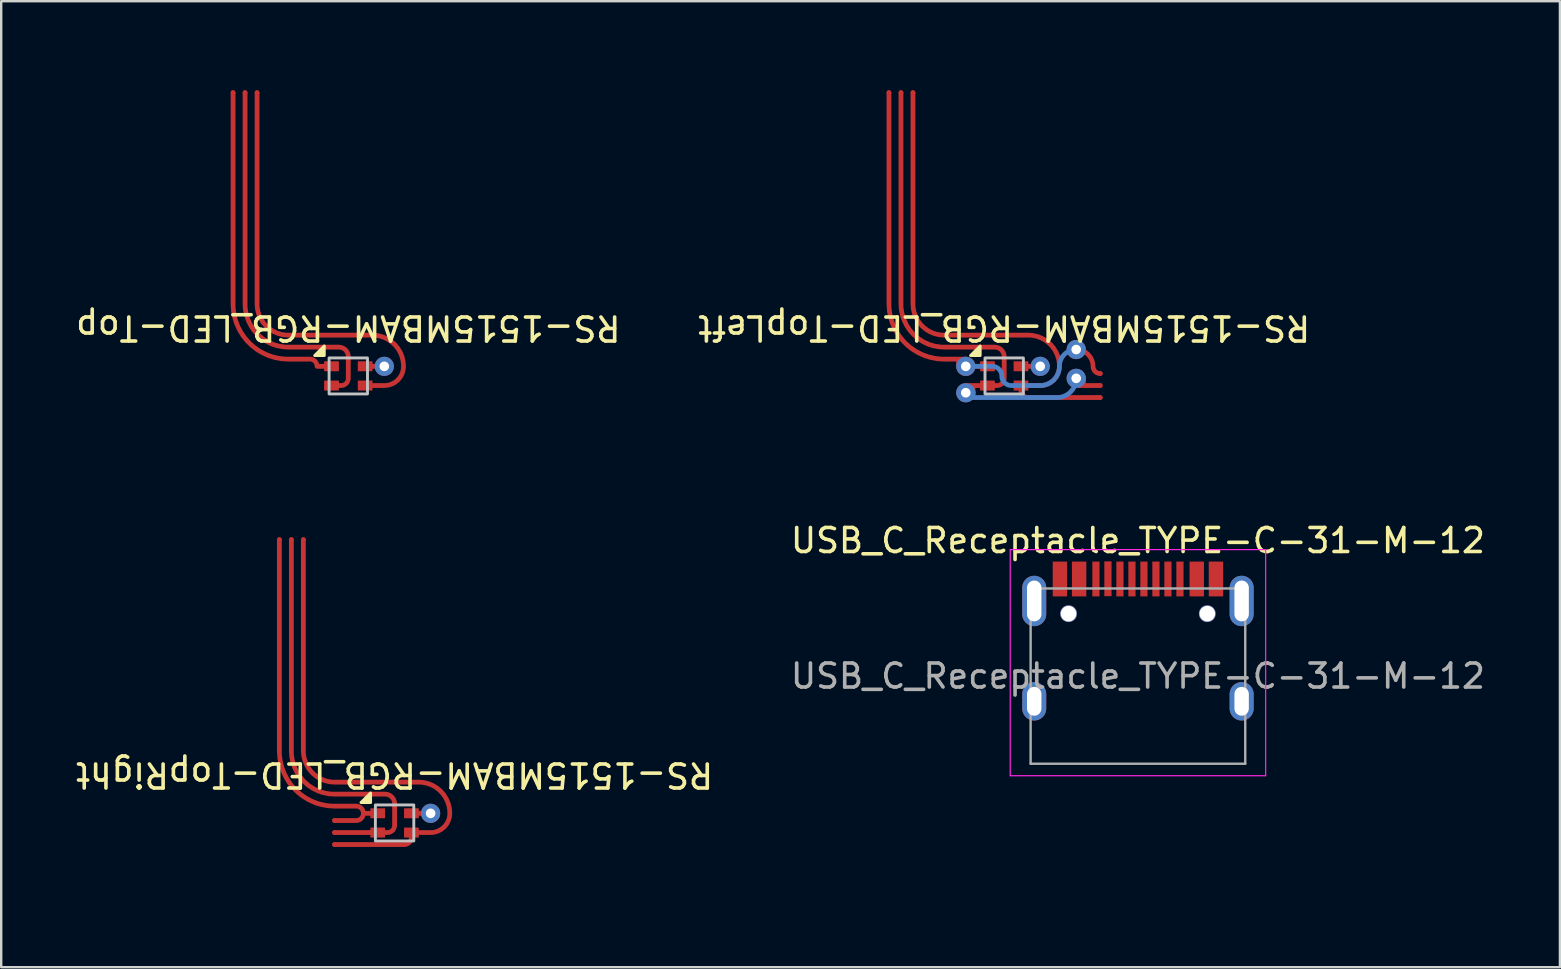
<source format=kicad_pcb>
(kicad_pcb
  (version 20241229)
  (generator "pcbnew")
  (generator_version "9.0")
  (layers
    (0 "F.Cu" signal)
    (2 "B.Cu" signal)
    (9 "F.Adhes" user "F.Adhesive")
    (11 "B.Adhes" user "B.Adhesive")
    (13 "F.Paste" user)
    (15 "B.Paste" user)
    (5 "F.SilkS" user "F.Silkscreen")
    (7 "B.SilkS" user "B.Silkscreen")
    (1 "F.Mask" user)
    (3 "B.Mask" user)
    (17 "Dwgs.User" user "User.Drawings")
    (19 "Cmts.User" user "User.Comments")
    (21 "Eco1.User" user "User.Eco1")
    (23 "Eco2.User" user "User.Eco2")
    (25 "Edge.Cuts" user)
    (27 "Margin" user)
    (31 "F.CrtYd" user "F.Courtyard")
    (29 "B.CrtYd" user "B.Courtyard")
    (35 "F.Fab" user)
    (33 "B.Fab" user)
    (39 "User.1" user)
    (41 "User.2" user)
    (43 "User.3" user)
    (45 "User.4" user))
  (footprint "RS-1515MBAM-RGB_LED-TopLeft"
    (layer "F.Cu")
    (at 38.78 12.61)
    (property "Reference" "RS-1515MBAM-RGB_LED-TopLeft" (at 0 -2 180) (unlocked yes) (layer "F.SilkS") (effects (font (size 1 1) (thickness 0.15))))
    (attr smd)
    (fp_poly (pts (xy -1 -0.85) (xy -1.4 -0.85) (xy -1 -1.25)) (stroke (width 0.12) (type solid)) (fill yes) (layer "F.SilkS"))
    (fp_rect (start -0.8 -0.75) (end 0.8 0.75) (stroke (width 0.12) (type solid)) (fill no) (layer "Dwgs.User"))
    (fp_line (start -2 -12.55) (end 2 -12.55) (stroke (width 0.12) (type solid)) (layer "User.4"))
    (fp_line (start -2 -11.05) (end 2 -11.05) (stroke (width 0.12) (type solid)) (layer "User.4"))
    (fp_line (start -2 1.45) (end 2 1.45) (stroke (width 0.12) (type solid)) (layer "User.4"))
    (fp_line (start -2 2.95) (end 2 2.95) (stroke (width 0.12) (type solid)) (layer "User.4"))
    (fp_arc (start -2 -11.05) (mid -2.75 -11.8) (end -2 -12.55) (stroke (width 0.12) (type solid)) (layer "User.4"))
    (fp_arc (start -2 2.95) (mid -2.75 2.2) (end -2 1.45) (stroke (width 0.12) (type solid)) (layer "User.4"))
    (fp_arc (start 2 -12.55) (mid 2.75 -11.8) (end 2 -11.05) (stroke (width 0.12) (type solid)) (layer "User.4"))
    (fp_arc (start 2 1.45) (mid 2.75 2.2) (end 2 2.95) (stroke (width 0.12) (type solid)) (layer "User.4"))
    (fp_circle (center 0 -4.8) (end 1.65 -4.8) (stroke (width 0.12) (type solid)) (fill no) (layer "User.4"))
    (pad "1" smd circle (at -4.8 -11.8) (size 0.2 0.2) (layers "F.Cu"))
    (pad "1" thru_hole circle (at -1.6 -0.4) (size 0.8 0.8) (drill 0.4) (layers "*.Cu"))
    (pad "1" smd custom (at -1.1 -0.4) (size 0.2 0.2) (layers "B.Cu") (options (anchor circle)) (primitives (gr_line (start 0.6 0) (end -0.5 0) (width 0.2)) (gr_arc (start 0.6 0) (mid 0.882842 0.117156) (end 1 0.399998) (width 0.2)) (gr_arc (start 1.4 0.8) (mid 1.117158 0.682844) (end 1 0.400002) (width 0.2)) (gr_line (start 1.4 0.8) (end 2.6 0.8) (width 0.2)) (gr_arc (start 3.4 0) (mid 3.166178 0.565192) (end 2.601394 0.799999) (width 0.2)) (gr_arc (start 3.4 0) (mid 3.605024 -0.494974) (end 4.099998 -0.7) (width 0.2))))
    (pad "1" smd rect (at -0.7 -0.4) (size 0.6 0.4) (layers "F.Cu" "F.Mask" "F.Paste"))
    (pad "1" smd custom (at -0.7 -0.4) (size 0.6 0.4) (layers "F.Cu") (options (anchor rect)) (primitives (gr_line (start 0 0) (end -0.6 0) (width 0.2)) (gr_arc (start -0.9 -0.3) (mid -0.6 0) (end -0.9 0.3) (width 0.2)) (gr_line (start -0.9 -0.3) (end -1.8 -0.3) (width 0.2)) (gr_arc (start -1.8 -0.3) (mid -3.423504 -0.970818) (end -4.099985 -2.591971) (width 0.2)) (gr_line (start -4.1 -2.6) (end -4.1 -11.4) (width 0.2)) (gr_line (start -1.2 0) (end -1.2 -0.3) (width 0.2))))
    (pad "1" thru_hole circle (at 3 -1.1) (size 0.8 0.8) (drill 0.4) (layers "*.Cu"))
    (pad "1" smd circle (at 4 -0.1) (size 0.2 0.2) (layers "F.Cu"))
    (pad "1" smd custom (at 4 -0.1) (size 0.2 0.2) (layers "F.Cu") (options (anchor circle)) (primitives (gr_arc (start 0 0) (mid -0.212132 -0.087868) (end -0.3 -0.3) (width 0.2)) (gr_arc (start -1 -1) (mid -0.505026 -0.794976) (end -0.3 -0.300002) (width 0.2))))
    (pad "2" smd rect (at 0.7 -0.4) (size 0.6 0.4) (layers "F.Cu" "F.Mask" "F.Paste"))
    (pad "2" smd custom (at 0.7 -0.4) (size 0.6 0.4) (layers "F.Cu") (options (anchor rect)) (primitives (gr_line (start 0 0) (end 0.8 0) (width 0.2))))
    (pad "2" thru_hole circle (at 1.5 -0.4) (size 0.8 0.8) (drill 0.4) (layers "*.Cu"))
    (pad "3" smd circle (at -3.8 -11.8) (size 0.2 0.2) (layers "F.Cu"))
    (pad "3" smd rect (at 0.7 0.4) (size 0.6 0.4) (layers "F.Cu" "F.Mask" "F.Paste"))
    (pad "3" smd custom (at 0.7 0.4) (size 0.6 0.4) (layers "F.Cu") (options (anchor rect)) (primitives (gr_arc (start 0.3 0.5) (mid 0.087868 0.412132) (end 0 0.2) (width 0.2)) (gr_line (start 3.3 0.5) (end 0.3 0.5) (width 0.2)) (gr_line (start 0 0.2) (end 0 0) (width 0.2)) (gr_line (start 0.8 0) (end 0 0) (width 0.2)) (gr_arc (start 1.6 -0.8) (mid 1.366178 -0.234808) (end 0.801394 -0.000001) (width 0.2)) (gr_arc (start 0.3 -2.1) (mid 1.219238 -1.71924) (end 1.6 -0.800002) (width 0.2)) (gr_line (start -3.2 -2.1) (end 0.3 -2.1) (width 0.2)) (gr_arc (start -3.2 -2.1) (mid -4.116828 -2.478356) (end -4.499982 -3.393189) (width 0.2)) (gr_line (start -4.5 -3.4) (end -4.5 -12.2) (width 0.2))))
    (pad "3" smd circle (at 4 0.9) (size 0.2 0.2) (layers "F.Cu"))
    (pad "4" smd circle (at -4.3 -11.8) (size 0.2 0.2) (layers "F.Cu"))
    (pad "4" thru_hole circle (at -1.6 0.7) (size 0.8 0.8) (drill 0.4) (layers "*.Cu"))
    (pad "4" smd custom (at -1.1 0.9) (size 0.2 0.2) (layers "B.Cu") (options (anchor circle)) (primitives (gr_line (start -0.5 0) (end 3.3 0) (width 0.2)) (gr_line (start -0.2 0) (end -0.2 -0.2) (width 0.2)) (gr_arc (start 4.1 -0.8) (mid 3.866178 -0.234808) (end 3.301394 -0.000001) (width 0.2))))
    (pad "4" smd rect (at -0.7 0.4) (size 0.6 0.4) (layers "F.Cu" "F.Mask" "F.Paste"))
    (pad "4" smd custom (at -0.7 0.4) (size 0.6 0.4) (layers "F.Cu") (options (anchor rect)) (primitives (gr_line (start 0 0) (end 0.4 0) (width 0.2)) (gr_arc (start 0.7 -0.3) (mid 0.612132 -0.087868) (end 0.4 0) (width 0.2)) (gr_line (start 0.7 -0.3) (end 0.7 -1.2) (width 0.2)) (gr_arc (start 0.3 -1.6) (mid 0.582842 -1.482844) (end 0.7 -1.200002) (width 0.2)) (gr_line (start 0.3 -1.6) (end -1.8 -1.6) (width 0.2)) (gr_arc (start -1.8 -1.6) (mid -3.070568 -2.124988) (end -3.599988 -3.393716) (width 0.2)) (gr_line (start -3.6 -3.4) (end -3.6 -12.2) (width 0.2)) (gr_line (start 0 0) (end -0.9 0) (width 0.2)) (gr_line (start -0.6 0.3) (end -0.6 0) (width 0.2))))
    (pad "4" thru_hole circle (at 3 0.1) (size 0.8 0.8) (drill 0.4) (layers "*.Cu"))
    (pad "4" smd circle (at 4 0.4) (size 0.2 0.2) (layers "F.Cu"))
    (pad "4" smd custom (at 4 0.4) (size 0.2 0.2) (layers "F.Cu") (options (anchor circle)) (primitives (gr_line (start 0 0) (end -1 0) (width 0.2)) (gr_line (start -0.7 0) (end -0.7 -0.3) (width 0.2)))))
  (footprint "RS-1515MBAM-RGB_LED-Top"
    (layer "F.Cu")
    (at 11.458 12.61)
    (property "Reference" "RS-1515MBAM-RGB_LED-Top" (at 0 -2 180) (unlocked yes) (layer "F.SilkS") (effects (font (size 1 1) (thickness 0.15))))
    (attr smd)
    (fp_poly (pts (xy -1 -0.85) (xy -1.4 -0.85) (xy -1 -1.25)) (stroke (width 0.12) (type solid)) (fill yes) (layer "F.SilkS"))
    (fp_rect (start -0.8 -0.75) (end 0.8 0.75) (stroke (width 0.12) (type solid)) (fill no) (layer "Dwgs.User"))
    (fp_line (start -2 -12.55) (end 2 -12.55) (stroke (width 0.12) (type solid)) (layer "User.4"))
    (fp_line (start -2 -11.05) (end 2 -11.05) (stroke (width 0.12) (type solid)) (layer "User.4"))
    (fp_line (start -2 1.45) (end 2 1.45) (stroke (width 0.12) (type solid)) (layer "User.4"))
    (fp_line (start -2 2.95) (end 2 2.95) (stroke (width 0.12) (type solid)) (layer "User.4"))
    (fp_arc (start -2 -11.05) (mid -2.75 -11.8) (end -2 -12.55) (stroke (width 0.12) (type solid)) (layer "User.4"))
    (fp_arc (start -2 2.95) (mid -2.75 2.2) (end -2 1.45) (stroke (width 0.12) (type solid)) (layer "User.4"))
    (fp_arc (start 2 -12.55) (mid 2.75 -11.8) (end 2 -11.05) (stroke (width 0.12) (type solid)) (layer "User.4"))
    (fp_arc (start 2 1.45) (mid 2.75 2.2) (end 2 2.95) (stroke (width 0.12) (type solid)) (layer "User.4"))
    (fp_circle (center 0 -4.8) (end 1.65 -4.8) (stroke (width 0.12) (type solid)) (fill no) (layer "User.4"))
    (pad "1" smd circle (at -4.8 -11.8) (size 0.2 0.2) (layers "F.Cu"))
    (pad "1" smd rect (at -0.7 -0.4) (size 0.6 0.4) (layers "F.Cu" "F.Mask" "F.Paste"))
    (pad "1" smd custom (at -0.7 -0.4) (size 0.6 0.4) (layers "F.Cu") (options (anchor rect)) (primitives (gr_line (start 0 0) (end -0.6 0) (width 0.2)) (gr_arc (start -0.9 -0.3) (mid -0.687868 -0.212132) (end -0.6 0) (width 0.2)) (gr_line (start -0.9 -0.3) (end -1.8 -0.3) (width 0.2)) (gr_arc (start -1.8 -0.3) (mid -3.424925 -0.972235) (end -4.099996 -2.595984) (width 0.2)) (gr_line (start -4.1 -2.6) (end -4.1 -11.4) (width 0.2))))
    (pad "2" smd rect (at 0.7 -0.4) (size 0.6 0.4) (layers "F.Cu" "F.Mask" "F.Paste"))
    (pad "2" smd custom (at 0.7 -0.4) (size 0.6 0.4) (layers "F.Cu") (options (anchor rect)) (primitives (gr_line (start 0 0) (end 0.8 0) (width 0.2))))
    (pad "2" thru_hole circle (at 1.5 -0.4) (size 0.8 0.8) (drill 0.4) (layers "*.Cu"))
    (pad "3" smd circle (at -3.8 -11.8) (size 0.2 0.2) (layers "F.Cu"))
    (pad "3" smd rect (at 0.7 0.4) (size 0.6 0.4) (layers "F.Cu" "F.Mask" "F.Paste"))
    (pad "3" smd custom (at 0.7 0.4) (size 0.6 0.4) (layers "F.Cu") (options (anchor rect)) (primitives (gr_line (start 0.8 0) (end 0 0) (width 0.2)) (gr_arc (start 1.6 -0.8) (mid 1.366178 -0.234808) (end 0.801394 -0.000001) (width 0.2)) (gr_arc (start 0.3 -2.1) (mid 1.219238 -1.71924) (end 1.6 -0.800002) (width 0.2)) (gr_line (start -3.2 -2.1) (end 0.3 -2.1) (width 0.2)) (gr_arc (start -3.2 -2.1) (mid -4.118436 -2.479958) (end -4.499998 -3.397729) (width 0.2)) (gr_line (start -4.5 -3.4) (end -4.5 -12.2) (width 0.2))))
    (pad "4" smd circle (at -4.3 -11.8) (size 0.2 0.2) (layers "F.Cu"))
    (pad "4" smd rect (at -0.7 0.4) (size 0.6 0.4) (layers "F.Cu" "F.Mask" "F.Paste"))
    (pad "4" smd custom (at -0.7 0.4) (size 0.6 0.4) (layers "F.Cu") (options (anchor rect)) (primitives (gr_line (start 0 0) (end 0.4 0) (width 0.2)) (gr_arc (start 0.7 -0.3) (mid 0.612132 -0.087868) (end 0.4 0) (width 0.2)) (gr_line (start 0.7 -0.3) (end 0.7 -1.2) (width 0.2)) (gr_arc (start 0.3 -1.6) (mid 0.582842 -1.482844) (end 0.7 -1.200002) (width 0.2)) (gr_line (start 0.3 -1.6) (end -1.8 -1.6) (width 0.2)) (gr_arc (start -1.8 -1.6) (mid -3.071681 -2.126098) (end -3.599996 -3.396859) (width 0.2)) (gr_line (start -3.6 -3.4) (end -3.6 -12.2) (width 0.2)))))
  (footprint "RS-1515MBAM-RGB_LED-TopRight"
    (layer "F.Cu")
    (at 13.387 31.23)
    (property "Reference" "RS-1515MBAM-RGB_LED-TopRight" (at 0 -2 180) (unlocked yes) (layer "F.SilkS") (effects (font (size 1 1) (thickness 0.15))))
    (attr smd)
    (fp_poly (pts (xy -1 -0.85) (xy -1.4 -0.85) (xy -1 -1.25)) (stroke (width 0.12) (type solid)) (fill yes) (layer "F.SilkS"))
    (fp_rect (start -0.8 -0.75) (end 0.8 0.75) (stroke (width 0.12) (type solid)) (fill no) (layer "Dwgs.User"))
    (fp_line (start -2 -12.55) (end 2 -12.55) (stroke (width 0.12) (type solid)) (layer "User.4"))
    (fp_line (start -2 -11.05) (end 2 -11.05) (stroke (width 0.12) (type solid)) (layer "User.4"))
    (fp_line (start -2 1.45) (end 2 1.45) (stroke (width 0.12) (type solid)) (layer "User.4"))
    (fp_line (start -2 2.95) (end 2 2.95) (stroke (width 0.12) (type solid)) (layer "User.4"))
    (fp_arc (start -2 -11.05) (mid -2.75 -11.8) (end -2 -12.55) (stroke (width 0.12) (type solid)) (layer "User.4"))
    (fp_arc (start -2 2.95) (mid -2.75 2.2) (end -2 1.45) (stroke (width 0.12) (type solid)) (layer "User.4"))
    (fp_arc (start 2 -12.55) (mid 2.75 -11.8) (end 2 -11.05) (stroke (width 0.12) (type solid)) (layer "User.4"))
    (fp_arc (start 2 1.45) (mid 2.75 2.2) (end 2 2.95) (stroke (width 0.12) (type solid)) (layer "User.4"))
    (fp_circle (center 0 -4.8) (end 1.65 -4.8) (stroke (width 0.12) (type solid)) (fill no) (layer "User.4"))
    (pad "1" smd circle (at -4.8 -11.8) (size 0.2 0.2) (layers "F.Cu"))
    (pad "1" smd circle (at -2.5 -0.1) (size 0.2 0.2) (layers "F.Cu"))
    (pad "1" smd rect (at -0.7 -0.4) (size 0.6 0.4) (layers "F.Cu" "F.Mask" "F.Paste"))
    (pad "1" smd custom (at -0.7 -0.4) (size 0.6 0.4) (layers "F.Cu") (options (anchor rect)) (primitives (gr_line (start 0 0) (end -0.6 0) (width 0.2)) (gr_arc (start -0.9 -0.3) (mid -0.6 0) (end -0.9 0.3) (width 0.2)) (gr_line (start -0.9 0.3) (end -1.8 0.3) (width 0.2)) (gr_line (start -0.9 -0.3) (end -1.8 -0.3) (width 0.2)) (gr_arc (start -1.8 -0.3) (mid -3.424925 -0.972235) (end -4.099996 -2.595984) (width 0.2)) (gr_line (start -4.1 -2.6) (end -4.1 -11.4) (width 0.2))))
    (pad "2" smd rect (at 0.7 -0.4) (size 0.6 0.4) (layers "F.Cu" "F.Mask" "F.Paste"))
    (pad "2" smd custom (at 0.7 -0.4) (size 0.6 0.4) (layers "F.Cu") (options (anchor rect)) (primitives (gr_line (start 0 0) (end 0.8 0) (width 0.2))))
    (pad "2" thru_hole circle (at 1.5 -0.4) (size 0.8 0.8) (drill 0.4) (layers "*.Cu"))
    (pad "3" smd circle (at -3.8 -11.8) (size 0.2 0.2) (layers "F.Cu"))
    (pad "3" smd circle (at -2.5 0.9) (size 0.2 0.2) (layers "F.Cu"))
    (pad "3" smd rect (at 0.7 0.4) (size 0.6 0.4) (layers "F.Cu" "F.Mask" "F.Paste"))
    (pad "3" smd custom (at 0.7 0.4) (size 0.6 0.4) (layers "F.Cu") (options (anchor rect)) (primitives (gr_line (start 0.8 0) (end 0 0) (width 0.2)) (gr_arc (start 1.6 -0.8) (mid 1.366178 -0.234808) (end 0.801394 -0.000001) (width 0.2)) (gr_arc (start 0.3 -2.1) (mid 1.219238 -1.71924) (end 1.6 -0.800002) (width 0.2)) (gr_line (start -3.2 -2.1) (end 0.3 -2.1) (width 0.2)) (gr_arc (start -3.2 -2.1) (mid -4.118436 -2.479958) (end -4.499998 -3.397729) (width 0.2)) (gr_line (start -4.5 -3.4) (end -4.5 -12.2) (width 0.2)) (gr_line (start 0 0.2) (end 0 0) (width 0.2)) (gr_arc (start 0 0.2) (mid -0.087868 0.412132) (end -0.3 0.5) (width 0.2)) (gr_line (start -0.3 0.5) (end -3.2 0.5) (width 0.2))))
    (pad "4" smd circle (at -4.3 -11.8) (size 0.2 0.2) (layers "F.Cu"))
    (pad "4" smd circle (at -2.5 0.4) (size 0.2 0.2) (layers "F.Cu"))
    (pad "4" smd rect (at -0.7 0.4) (size 0.6 0.4) (layers "F.Cu" "F.Mask" "F.Paste"))
    (pad "4" smd custom (at -0.7 0.4) (size 0.6 0.4) (layers "F.Cu") (options (anchor rect)) (primitives (gr_line (start 0 0) (end 0.4 0) (width 0.2)) (gr_arc (start 0.7 -0.3) (mid 0.612132 -0.087868) (end 0.4 0) (width 0.2)) (gr_line (start 0.7 -0.3) (end 0.7 -1.2) (width 0.2)) (gr_arc (start 0.3 -1.6) (mid 0.582842 -1.482844) (end 0.7 -1.200002) (width 0.2)) (gr_line (start 0.3 -1.6) (end -1.8 -1.6) (width 0.2)) (gr_arc (start -1.8 -1.6) (mid -3.071681 -2.126098) (end -3.599996 -3.396859) (width 0.2)) (gr_line (start -3.6 -3.4) (end -3.6 -12.2) (width 0.2)) (gr_line (start 0 0) (end -1.8 0) (width 0.2)))))
  (footprint "USB_C_Receptacle_TYPE-C-31-M-12"
    (layer "F.Cu")
    (at 44.351 25.113)
    (property "Reference" "USB_C_Receptacle_TYPE-C-31-M-12" (at 0 -5.645 0) (layer "F.SilkS") (effects (font (size 1 1) (thickness 0.15))))
    (attr smd)
    (fp_line (start -5.32 -5.27) (end -5.32 4.15) (stroke (width 0.05) (type solid)) (layer "F.CrtYd"))
    (fp_line (start -5.32 -5.27) (end 5.32 -5.27) (stroke (width 0.05) (type solid)) (layer "F.CrtYd"))
    (fp_line (start -5.32 4.15) (end 5.32 4.15) (stroke (width 0.05) (type solid)) (layer "F.CrtYd"))
    (fp_line (start 5.32 -5.27) (end 5.32 4.15) (stroke (width 0.05) (type solid)) (layer "F.CrtYd"))
    (fp_line (start -4.47 -3.65) (end -4.47 3.65) (stroke (width 0.1) (type solid)) (layer "F.Fab"))
    (fp_line (start -4.47 -3.65) (end 4.47 -3.65) (stroke (width 0.1) (type solid)) (layer "F.Fab"))
    (fp_line (start -4.47 3.65) (end 4.47 3.65) (stroke (width 0.1) (type solid)) (layer "F.Fab"))
    (fp_line (start 4.47 -3.65) (end 4.47 3.65) (stroke (width 0.1) (type solid)) (layer "F.Fab"))
    (fp_text user "${REFERENCE}" (at 0 0 0) (layer "F.Fab") (effects (font (size 1 1) (thickness 0.15))))
    (pad "" thru_hole oval (at -4.32 1.05) (size 1 1.6) (drill oval 0.6 1.2) (layers "*.Cu" "*.Mask"))
    (pad "" thru_hole oval (at 4.32 -3.13) (size 1 2.1) (drill oval 0.6 1.7) (layers "*.Cu" "*.Mask"))
    (pad "" thru_hole oval (at 4.32 1.05) (size 1 1.6) (drill oval 0.6 1.2) (layers "*.Cu" "*.Mask"))
    (pad "A1" smd rect (at -3.25 -4.045) (size 0.6 1.45) (layers "F.Cu" "F.Mask" "F.Paste"))
    (pad "A1" thru_hole circle (at -2.89 -2.6) (size 0.7 0.7) (drill 0.65) (layers "*.Cu" "*.Mask"))
    (pad "A4" smd rect (at -2.45 -4.045) (size 0.6 1.45) (layers "F.Cu" "F.Mask" "F.Paste"))
    (pad "A5" smd rect (at -1.25 -4.055) (size 0.3 1.45) (layers "F.Cu" "F.Mask" "F.Paste"))
    (pad "A6" smd rect (at -0.25 -4.045) (size 0.3 1.45) (layers "F.Cu" "F.Mask" "F.Paste"))
    (pad "A7" smd rect (at 0.25 -4.045) (size 0.3 1.45) (layers "F.Cu" "F.Mask" "F.Paste"))
    (pad "A8" smd rect (at 1.25 -4.045) (size 0.3 1.45) (layers "F.Cu" "F.Mask" "F.Paste"))
    (pad "B1" thru_hole circle (at 2.89 -2.6) (size 0.7 0.7) (drill 0.65) (layers "*.Cu" "*.Mask"))
    (pad "B1" smd rect (at 3.25 -4.045) (size 0.6 1.45) (layers "F.Cu" "F.Mask" "F.Paste"))
    (pad "B4" smd rect (at 2.45 -4.045) (size 0.6 1.45) (layers "F.Cu" "F.Mask" "F.Paste"))
    (pad "B5" smd rect (at 1.75 -4.045) (size 0.3 1.45) (layers "F.Cu" "F.Mask" "F.Paste"))
    (pad "B6" smd rect (at 0.75 -4.045) (size 0.3 1.45) (layers "F.Cu" "F.Mask" "F.Paste"))
    (pad "B7" smd rect (at -0.75 -4.045) (size 0.3 1.45) (layers "F.Cu" "F.Mask" "F.Paste"))
    (pad "B8" smd rect (at -1.75 -4.045) (size 0.3 1.45) (layers "F.Cu" "F.Mask" "F.Paste"))
    (pad "S" thru_hole oval (at -4.32 -3.13) (size 1 2.1) (drill oval 0.6 1.7) (layers "*.Cu" "*.Mask")))
  (gr_rect
    (start -3 -3)
    (end 61.929 37.24)
    (stroke (width 0.1) (type default))
    (fill no)
    (layer "Edge.Cuts")))
</source>
